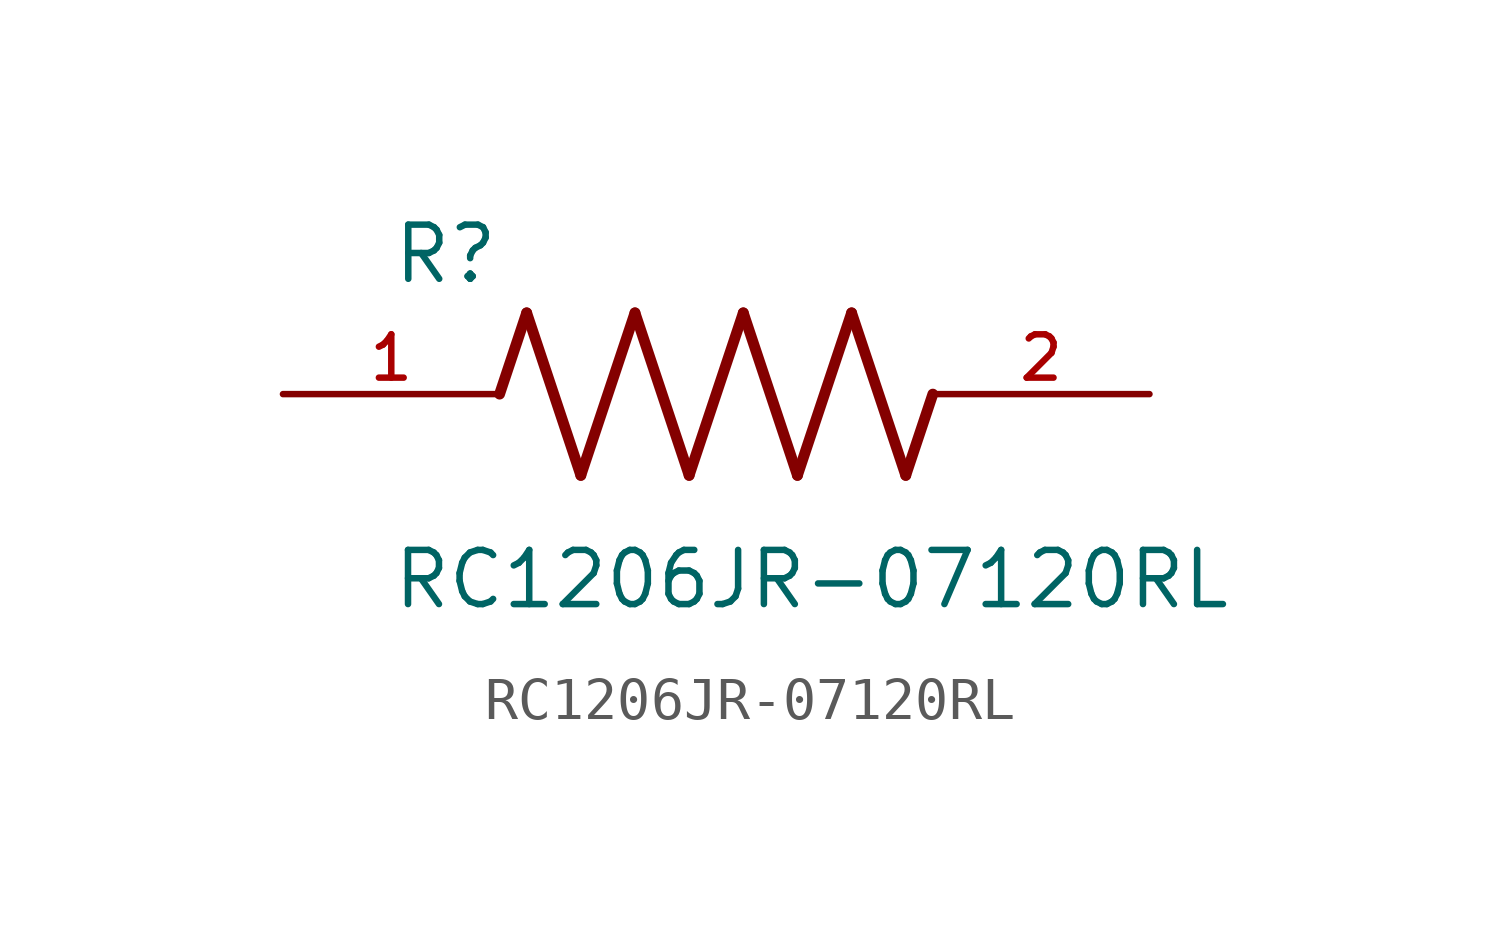
<source format=kicad_sym>
(kicad_symbol_lib
  (version 20211014)
  (generator kicad_symbol_editor)
  (symbol "RC1206JR-07120RL"
    (pin_names
      (offset 1.016))
    (property "Reference" "R"
      (at -7.624 2.541 0)
      (effects (font (size 1.27 1.27)) (justify bottom left)))
    (property "Value" "RC1206JR-07120RL"
      (at -7.63 -5.087 0)
      (effects (font (size 1.27 1.27)) (justify bottom left)))
    (symbol "RC1206JR-07120RL_0_0"
      (polyline (pts (xy -5.08 0.0) (xy -4.445 1.905)) (stroke (width 0.254)))
      (polyline (pts (xy -4.445 1.905) (xy -3.175 -1.905)) (stroke (width 0.254)))
      (polyline (pts (xy -3.175 -1.905) (xy -1.905 1.905)) (stroke (width 0.254)))
      (polyline (pts (xy -1.905 1.905) (xy -0.635 -1.905)) (stroke (width 0.254)))
      (polyline (pts (xy -0.635 -1.905) (xy 0.635 1.905)) (stroke (width 0.254)))
      (polyline (pts (xy 0.635 1.905) (xy 1.905 -1.905)) (stroke (width 0.254)))
      (polyline (pts (xy 1.905 -1.905) (xy 3.175 1.905)) (stroke (width 0.254)))
      (polyline (pts (xy 3.175 1.905) (xy 4.445 -1.905)) (stroke (width 0.254)))
      (polyline (pts (xy 4.445 -1.905) (xy 5.08 0.0)) (stroke (width 0.254)))
      (pin passive line (at -10.16 0.0 0) (length 5.08) (name "~" (effects (font (size 1.016 1.016)))) (number "1" (effects (font (size 1.016 1.016)))))
      (pin passive line (at 10.16 0.0 180.0) (length 5.08) (name "~" (effects (font (size 1.016 1.016)))) (number "2" (effects (font (size 1.016 1.016))))))))
</source>
